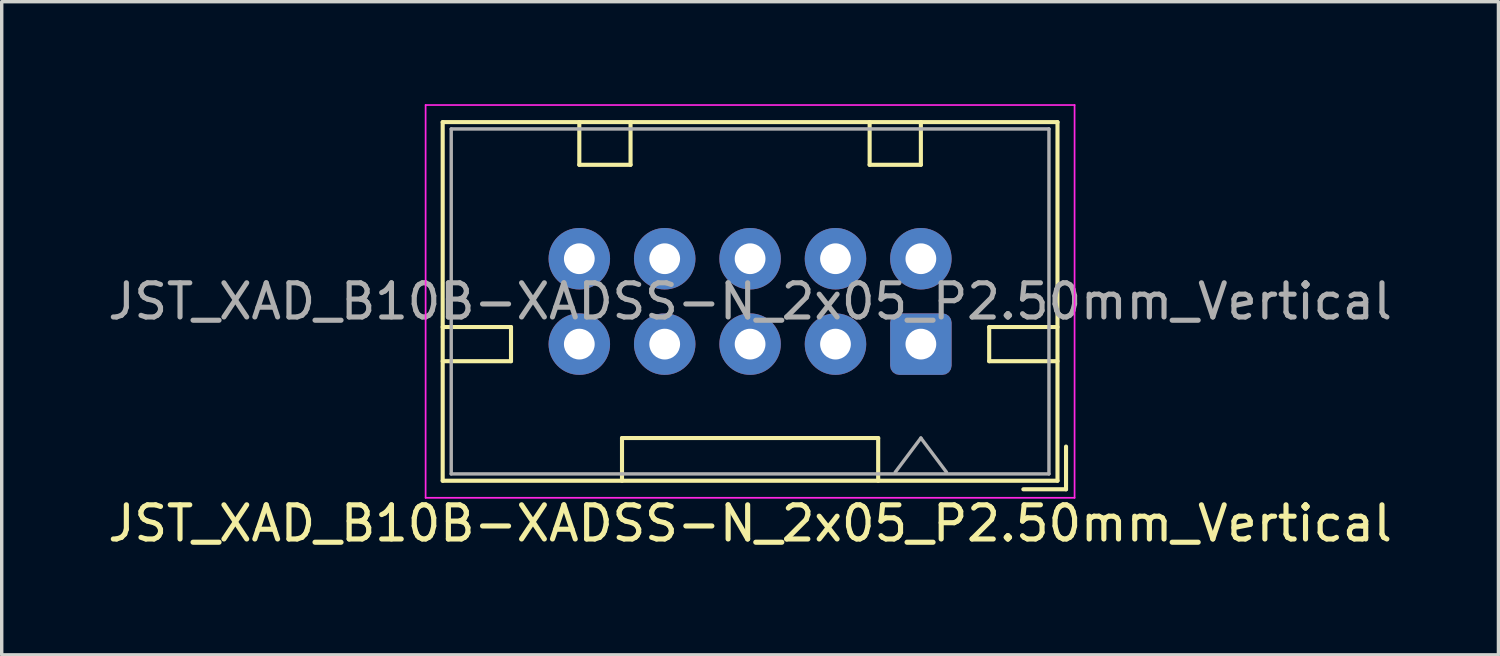
<source format=kicad_pcb>
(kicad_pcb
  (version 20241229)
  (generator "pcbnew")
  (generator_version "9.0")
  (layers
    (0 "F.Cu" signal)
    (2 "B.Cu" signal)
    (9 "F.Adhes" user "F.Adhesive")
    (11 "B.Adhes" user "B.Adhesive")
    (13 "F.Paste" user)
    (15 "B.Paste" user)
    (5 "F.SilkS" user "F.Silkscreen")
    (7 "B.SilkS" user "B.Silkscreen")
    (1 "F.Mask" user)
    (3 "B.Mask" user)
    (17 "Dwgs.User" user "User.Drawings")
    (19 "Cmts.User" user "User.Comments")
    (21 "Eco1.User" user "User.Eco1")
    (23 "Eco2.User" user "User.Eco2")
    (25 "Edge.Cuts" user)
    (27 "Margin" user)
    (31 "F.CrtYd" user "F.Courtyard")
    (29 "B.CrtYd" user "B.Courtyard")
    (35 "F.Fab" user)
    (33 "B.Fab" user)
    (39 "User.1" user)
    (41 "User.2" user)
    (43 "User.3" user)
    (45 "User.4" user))
  (footprint "JST_XAD_B10B-XADSS-N_2x05_P2.50mm_Vertical"
    (layer "F.Cu")
    (at 23.911 7.025)
    (property "Reference" "JST_XAD_B10B-XADSS-N_2x05_P2.50mm_Vertical" (at -5 5.25 0) (layer "F.SilkS") (effects (font (size 1 1) (thickness 0.15))))
    (attr through_hole)
    (fp_line (start -14 -6.5) (end -14 4) (stroke (width 0.12) (type solid)) (layer "F.SilkS"))
    (fp_line (start -14 0.5) (end -12 0.5) (stroke (width 0.12) (type solid)) (layer "F.SilkS"))
    (fp_line (start -14 4) (end 4 4) (stroke (width 0.12) (type solid)) (layer "F.SilkS"))
    (fp_line (start -12 -0.5) (end -14 -0.5) (stroke (width 0.12) (type solid)) (layer "F.SilkS"))
    (fp_line (start -12 0.5) (end -12 -0.5) (stroke (width 0.12) (type solid)) (layer "F.SilkS"))
    (fp_line (start -10 -5.25) (end -10 -6.5) (stroke (width 0.12) (type solid)) (layer "F.SilkS"))
    (fp_line (start -8.75 2.75) (end -1.25 2.75) (stroke (width 0.12) (type solid)) (layer "F.SilkS"))
    (fp_line (start -8.75 4) (end -8.75 2.75) (stroke (width 0.12) (type solid)) (layer "F.SilkS"))
    (fp_line (start -8.5 -6.5) (end -8.5 -5.25) (stroke (width 0.12) (type solid)) (layer "F.SilkS"))
    (fp_line (start -8.5 -5.25) (end -10 -5.25) (stroke (width 0.12) (type solid)) (layer "F.SilkS"))
    (fp_line (start -1.5 -6.5) (end -1.5 -5.25) (stroke (width 0.12) (type solid)) (layer "F.SilkS"))
    (fp_line (start -1.5 -5.25) (end 0 -5.25) (stroke (width 0.12) (type solid)) (layer "F.SilkS"))
    (fp_line (start -1.25 2.75) (end -1.25 4) (stroke (width 0.12) (type solid)) (layer "F.SilkS"))
    (fp_line (start 0 -5.25) (end 0 -6.5) (stroke (width 0.12) (type solid)) (layer "F.SilkS"))
    (fp_line (start 2 -0.5) (end 4 -0.5) (stroke (width 0.12) (type solid)) (layer "F.SilkS"))
    (fp_line (start 2 0.5) (end 2 -0.5) (stroke (width 0.12) (type solid)) (layer "F.SilkS"))
    (fp_line (start 3 4.25) (end 4.25 4.25) (stroke (width 0.12) (type solid)) (layer "F.SilkS"))
    (fp_line (start 4 -6.5) (end -14 -6.5) (stroke (width 0.12) (type solid)) (layer "F.SilkS"))
    (fp_line (start 4 0.5) (end 2 0.5) (stroke (width 0.12) (type solid)) (layer "F.SilkS"))
    (fp_line (start 4 4) (end 4 -6.5) (stroke (width 0.12) (type solid)) (layer "F.SilkS"))
    (fp_line (start 4.25 4.25) (end 4.25 3) (stroke (width 0.12) (type solid)) (layer "F.SilkS"))
    (fp_line (start -14.5 -7) (end -14.5 4.5) (stroke (width 0.05) (type solid)) (layer "F.CrtYd"))
    (fp_line (start -14.5 4.5) (end 4.5 4.5) (stroke (width 0.05) (type solid)) (layer "F.CrtYd"))
    (fp_line (start 4.5 -7) (end -14.5 -7) (stroke (width 0.05) (type solid)) (layer "F.CrtYd"))
    (fp_line (start 4.5 4.5) (end 4.5 -7) (stroke (width 0.05) (type solid)) (layer "F.CrtYd"))
    (fp_line (start -13.75 -6.3) (end -13.75 3.8) (stroke (width 0.1) (type solid)) (layer "F.Fab"))
    (fp_line (start -13.75 3.8) (end 3.75 3.8) (stroke (width 0.1) (type solid)) (layer "F.Fab"))
    (fp_line (start 0 2.75) (end -0.75 3.75) (stroke (width 0.1) (type solid)) (layer "F.Fab"))
    (fp_line (start 0 2.75) (end 0.75 3.75) (stroke (width 0.1) (type solid)) (layer "F.Fab"))
    (fp_line (start 3.75 -6.3) (end -13.75 -6.3) (stroke (width 0.1) (type solid)) (layer "F.Fab"))
    (fp_line (start 3.75 3.8) (end 3.75 -6.3) (stroke (width 0.1) (type solid)) (layer "F.Fab"))
    (fp_text user "${REFERENCE}" (at -5 -1.25 0) (layer "F.Fab") (effects (font (size 1 1) (thickness 0.15))))
    (pad "1" thru_hole roundrect (at 0 0 180) (size 1.8 1.8) (drill 0.9) (layers "*.Cu" "*.Mask") (roundrect_rratio 0.15))
    (pad "2" thru_hole circle (at 0 -2.5 180) (size 1.8 1.8) (drill 0.9) (layers "*.Cu" "*.Mask"))
    (pad "3" thru_hole circle (at -2.5 0 180) (size 1.8 1.8) (drill 0.9) (layers "*.Cu" "*.Mask"))
    (pad "4" thru_hole circle (at -2.5 -2.5 180) (size 1.8 1.8) (drill 0.9) (layers "*.Cu" "*.Mask"))
    (pad "5" thru_hole circle (at -5 0 180) (size 1.8 1.8) (drill 0.9) (layers "*.Cu" "*.Mask"))
    (pad "6" thru_hole circle (at -5 -2.5 180) (size 1.8 1.8) (drill 0.9) (layers "*.Cu" "*.Mask"))
    (pad "7" thru_hole circle (at -7.5 0 180) (size 1.8 1.8) (drill 0.9) (layers "*.Cu" "*.Mask"))
    (pad "8" thru_hole circle (at -7.5 -2.5 180) (size 1.8 1.8) (drill 0.9) (layers "*.Cu" "*.Mask"))
    (pad "9" thru_hole circle (at -10 0 180) (size 1.8 1.8) (drill 0.9) (layers "*.Cu" "*.Mask"))
    (pad "10" thru_hole circle (at -10 -2.5 180) (size 1.8 1.8) (drill 0.9) (layers "*.Cu" "*.Mask")))
  (gr_rect
    (start -3 -3)
    (end 40.821 16.123)
    (stroke (width 0.1) (type default))
    (fill no)
    (layer "Edge.Cuts")))
</source>
